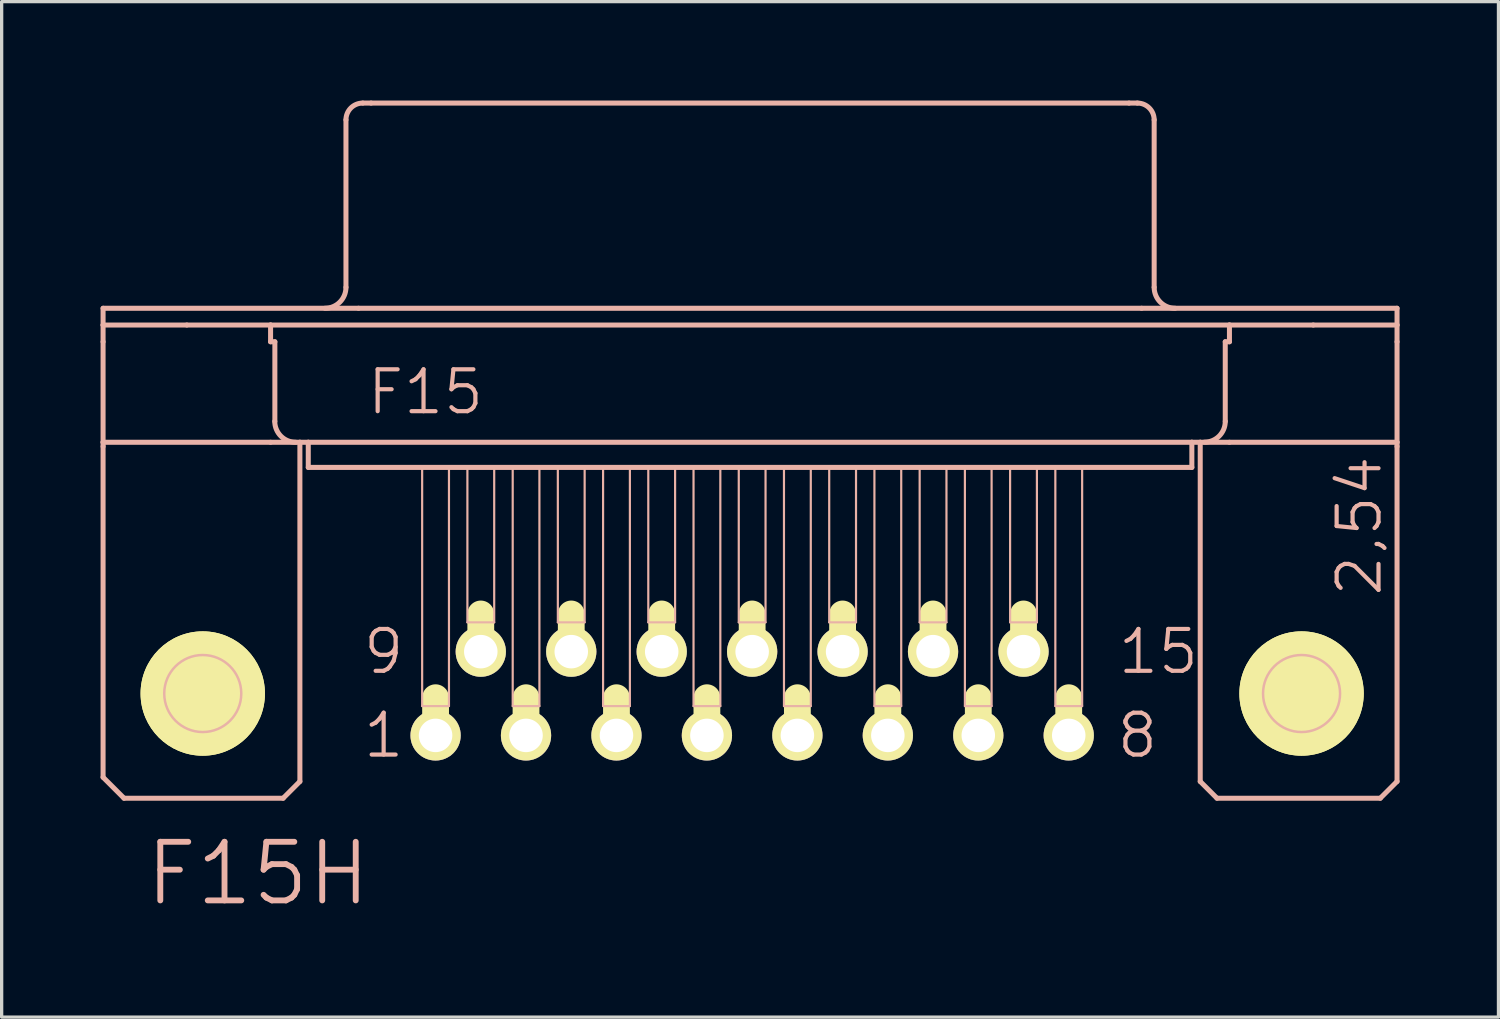
<source format=kicad_pcb>
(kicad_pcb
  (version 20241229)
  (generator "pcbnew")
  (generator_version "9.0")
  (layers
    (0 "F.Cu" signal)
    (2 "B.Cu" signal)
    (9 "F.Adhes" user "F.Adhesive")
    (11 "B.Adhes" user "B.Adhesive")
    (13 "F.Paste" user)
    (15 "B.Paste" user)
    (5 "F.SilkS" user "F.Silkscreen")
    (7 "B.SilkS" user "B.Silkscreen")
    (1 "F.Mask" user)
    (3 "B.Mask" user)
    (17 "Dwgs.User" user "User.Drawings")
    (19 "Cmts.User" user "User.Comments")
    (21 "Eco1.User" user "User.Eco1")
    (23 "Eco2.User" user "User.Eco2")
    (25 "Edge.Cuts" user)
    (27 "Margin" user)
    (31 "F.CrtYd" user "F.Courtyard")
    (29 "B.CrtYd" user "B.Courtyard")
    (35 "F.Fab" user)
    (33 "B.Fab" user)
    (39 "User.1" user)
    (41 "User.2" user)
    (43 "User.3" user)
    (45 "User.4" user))
  (footprint "F15H"
    (layer "F.Cu")
    (at 19.761 17.983)
    (property "Reference" "F15H" (at -14.986 5.461 0) (layer "B.SilkS") (effects (font (size 1.778 1.778) (thickness 0.178))))
    (attr exclude_from_pos_files exclude_from_bom)
    (fp_line (start -18.313 0) (end -15.011 0) (stroke (width 0.127) (type solid)) (layer "F.SilkS"))
    (fp_line (start -16.662 1.651) (end -16.662 -1.651) (stroke (width 0.127) (type solid)) (layer "F.SilkS"))
    (fp_line (start -9.601 1.143) (end -9.601 0.127) (stroke (width 0.813) (type solid)) (layer "F.SilkS"))
    (fp_line (start -8.23 -1.397) (end -8.23 -2.413) (stroke (width 0.813) (type solid)) (layer "F.SilkS"))
    (fp_line (start -6.858 1.143) (end -6.858 0.127) (stroke (width 0.813) (type solid)) (layer "F.SilkS"))
    (fp_line (start -5.486 -1.397) (end -5.486 -2.413) (stroke (width 0.813) (type solid)) (layer "F.SilkS"))
    (fp_line (start -4.115 1.143) (end -4.115 0.127) (stroke (width 0.813) (type solid)) (layer "F.SilkS"))
    (fp_line (start -2.743 -1.397) (end -2.743 -2.413) (stroke (width 0.813) (type solid)) (layer "F.SilkS"))
    (fp_line (start -1.372 1.143) (end -1.372 0.127) (stroke (width 0.813) (type solid)) (layer "F.SilkS"))
    (fp_line (start 0 -1.397) (end 0 -2.413) (stroke (width 0.813) (type solid)) (layer "F.SilkS"))
    (fp_line (start 1.372 1.143) (end 1.372 0.127) (stroke (width 0.813) (type solid)) (layer "F.SilkS"))
    (fp_line (start 2.743 -1.397) (end 2.743 -2.413) (stroke (width 0.813) (type solid)) (layer "F.SilkS"))
    (fp_line (start 4.115 1.143) (end 4.115 0.127) (stroke (width 0.813) (type solid)) (layer "F.SilkS"))
    (fp_line (start 5.486 -1.397) (end 5.486 -2.413) (stroke (width 0.813) (type solid)) (layer "F.SilkS"))
    (fp_line (start 6.858 1.143) (end 6.858 0.127) (stroke (width 0.813) (type solid)) (layer "F.SilkS"))
    (fp_line (start 8.23 -1.397) (end 8.23 -2.413) (stroke (width 0.813) (type solid)) (layer "F.SilkS"))
    (fp_line (start 9.601 1.143) (end 9.601 0.127) (stroke (width 0.813) (type solid)) (layer "F.SilkS"))
    (fp_line (start 15.011 0) (end 18.313 0) (stroke (width 0.127) (type solid)) (layer "F.SilkS"))
    (fp_line (start 16.662 1.651) (end 16.662 -1.651) (stroke (width 0.127) (type solid)) (layer "F.SilkS"))
    (fp_circle (center -16.662 0) (end -17.996 1.333) (stroke (width 0) (type solid)) (fill yes) (layer "F.SilkS"))
    (fp_circle (center -16.662 0) (end -17.996 1.333) (stroke (width 0) (type solid)) (fill yes) (layer "F.SilkS"))
    (fp_circle (center -16.662 0) (end -17.488 0.826) (stroke (width 0.127) (type solid)) (fill no) (layer "F.SilkS"))
    (fp_circle (center 16.662 0) (end 17.488 0.826) (stroke (width 0.127) (type solid)) (fill no) (layer "F.SilkS"))
    (fp_circle (center 16.662 0) (end 17.996 1.333) (stroke (width 0) (type solid)) (fill yes) (layer "F.SilkS"))
    (fp_circle (center 16.662 0) (end 17.996 1.333) (stroke (width 0) (type solid)) (fill yes) (layer "F.SilkS"))
    (fp_line (start -19.685 -11.684) (end -11.938 -11.684) (stroke (width 0.152) (type solid)) (layer "B.SilkS"))
    (fp_line (start -19.685 -11.684) (end 19.558 -11.684) (stroke (width 0.066) (type solid)) (layer "B.SilkS"))
    (fp_line (start -19.685 -11.176) (end -19.685 -11.684) (stroke (width 0.066) (type solid)) (layer "B.SilkS"))
    (fp_line (start -19.685 -11.176) (end -19.685 -11.684) (stroke (width 0.152) (type solid)) (layer "B.SilkS"))
    (fp_line (start -19.685 -11.176) (end -17.145 -11.176) (stroke (width 0.152) (type solid)) (layer "B.SilkS"))
    (fp_line (start -19.685 -11.176) (end 19.558 -11.176) (stroke (width 0.066) (type solid)) (layer "B.SilkS"))
    (fp_line (start -19.685 -10.668) (end -19.685 -11.176) (stroke (width 0.152) (type solid)) (layer "B.SilkS"))
    (fp_line (start -19.685 -7.62) (end -19.685 -10.668) (stroke (width 0.152) (type solid)) (layer "B.SilkS"))
    (fp_line (start -19.685 -7.62) (end -19.685 -7.493) (stroke (width 0.152) (type solid)) (layer "B.SilkS"))
    (fp_line (start -19.685 -7.62) (end -14.605 -7.62) (stroke (width 0.152) (type solid)) (layer "B.SilkS"))
    (fp_line (start -19.685 2.54) (end -19.685 -7.493) (stroke (width 0.152) (type solid)) (layer "B.SilkS"))
    (fp_line (start -19.05 3.175) (end -19.685 2.54) (stroke (width 0.152) (type solid)) (layer "B.SilkS"))
    (fp_line (start -17.145 -11.176) (end -14.605 -11.176) (stroke (width 0.152) (type solid)) (layer "B.SilkS"))
    (fp_line (start -14.605 -11.176) (end 14.475 -11.176) (stroke (width 0.152) (type solid)) (layer "B.SilkS"))
    (fp_line (start -14.605 -10.668) (end -14.605 -11.176) (stroke (width 0.152) (type solid)) (layer "B.SilkS"))
    (fp_line (start -14.605 -10.668) (end -14.475 -10.668) (stroke (width 0.152) (type solid)) (layer "B.SilkS"))
    (fp_line (start -14.605 -7.62) (end -13.716 -7.62) (stroke (width 0.152) (type solid)) (layer "B.SilkS"))
    (fp_line (start -14.475 -8.255) (end -14.475 -10.668) (stroke (width 0.152) (type solid)) (layer "B.SilkS"))
    (fp_line (start -14.224 3.175) (end -19.05 3.175) (stroke (width 0.152) (type solid)) (layer "B.SilkS"))
    (fp_line (start -14.224 3.175) (end -13.716 2.667) (stroke (width 0.152) (type solid)) (layer "B.SilkS"))
    (fp_line (start -13.716 -7.62) (end -13.462 -7.62) (stroke (width 0.152) (type solid)) (layer "B.SilkS"))
    (fp_line (start -13.716 2.667) (end -13.716 -7.62) (stroke (width 0.152) (type solid)) (layer "B.SilkS"))
    (fp_line (start -13.462 -7.62) (end -13.462 -6.858) (stroke (width 0.152) (type solid)) (layer "B.SilkS"))
    (fp_line (start -13.462 -7.62) (end 13.335 -7.62) (stroke (width 0.066) (type solid)) (layer "B.SilkS"))
    (fp_line (start -13.462 -7.62) (end 13.335 -7.62) (stroke (width 0.152) (type solid)) (layer "B.SilkS"))
    (fp_line (start -13.462 -6.858) (end -13.462 -7.62) (stroke (width 0.066) (type solid)) (layer "B.SilkS"))
    (fp_line (start -13.462 -6.858) (end 13.335 -6.858) (stroke (width 0.066) (type solid)) (layer "B.SilkS"))
    (fp_line (start -13.462 -6.858) (end 13.335 -6.858) (stroke (width 0.152) (type solid)) (layer "B.SilkS"))
    (fp_line (start -12.319 -12.319) (end -12.319 -17.399) (stroke (width 0.152) (type solid)) (layer "B.SilkS"))
    (fp_line (start -11.938 -11.684) (end 11.811 -11.684) (stroke (width 0.152) (type solid)) (layer "B.SilkS"))
    (fp_line (start -11.811 -17.907) (end -11.557 -17.907) (stroke (width 0.152) (type solid)) (layer "B.SilkS"))
    (fp_line (start -11.557 -17.907) (end 11.43 -17.907) (stroke (width 0.152) (type solid)) (layer "B.SilkS"))
    (fp_line (start -10.008 -6.858) (end -9.195 -6.858) (stroke (width 0.066) (type solid)) (layer "B.SilkS"))
    (fp_line (start -10.008 0.381) (end -10.008 -6.858) (stroke (width 0.066) (type solid)) (layer "B.SilkS"))
    (fp_line (start -10.008 0.381) (end -9.195 0.381) (stroke (width 0.066) (type solid)) (layer "B.SilkS"))
    (fp_line (start -9.195 0.381) (end -9.195 -6.858) (stroke (width 0.066) (type solid)) (layer "B.SilkS"))
    (fp_line (start -8.636 -6.858) (end -7.823 -6.858) (stroke (width 0.066) (type solid)) (layer "B.SilkS"))
    (fp_line (start -8.636 -2.159) (end -8.636 -6.858) (stroke (width 0.066) (type solid)) (layer "B.SilkS"))
    (fp_line (start -8.636 -2.159) (end -7.823 -2.159) (stroke (width 0.066) (type solid)) (layer "B.SilkS"))
    (fp_line (start -7.823 -2.159) (end -7.823 -6.858) (stroke (width 0.066) (type solid)) (layer "B.SilkS"))
    (fp_line (start -7.262 -6.858) (end -6.452 -6.858) (stroke (width 0.066) (type solid)) (layer "B.SilkS"))
    (fp_line (start -7.262 0.381) (end -7.262 -6.858) (stroke (width 0.066) (type solid)) (layer "B.SilkS"))
    (fp_line (start -7.262 0.381) (end -6.452 0.381) (stroke (width 0.066) (type solid)) (layer "B.SilkS"))
    (fp_line (start -6.452 0.381) (end -6.452 -6.858) (stroke (width 0.066) (type solid)) (layer "B.SilkS"))
    (fp_line (start -5.893 -6.858) (end -5.08 -6.858) (stroke (width 0.066) (type solid)) (layer "B.SilkS"))
    (fp_line (start -5.893 -2.159) (end -5.893 -6.858) (stroke (width 0.066) (type solid)) (layer "B.SilkS"))
    (fp_line (start -5.893 -2.159) (end -5.08 -2.159) (stroke (width 0.066) (type solid)) (layer "B.SilkS"))
    (fp_line (start -5.08 -2.159) (end -5.08 -6.858) (stroke (width 0.066) (type solid)) (layer "B.SilkS"))
    (fp_line (start -4.521 -6.858) (end -3.708 -6.858) (stroke (width 0.066) (type solid)) (layer "B.SilkS"))
    (fp_line (start -4.521 0.381) (end -4.521 -6.858) (stroke (width 0.066) (type solid)) (layer "B.SilkS"))
    (fp_line (start -4.521 0.381) (end -3.708 0.381) (stroke (width 0.066) (type solid)) (layer "B.SilkS"))
    (fp_line (start -3.708 0.381) (end -3.708 -6.858) (stroke (width 0.066) (type solid)) (layer "B.SilkS"))
    (fp_line (start -3.15 -6.858) (end -2.337 -6.858) (stroke (width 0.066) (type solid)) (layer "B.SilkS"))
    (fp_line (start -3.15 -2.159) (end -3.15 -6.858) (stroke (width 0.066) (type solid)) (layer "B.SilkS"))
    (fp_line (start -3.15 -2.159) (end -2.337 -2.159) (stroke (width 0.066) (type solid)) (layer "B.SilkS"))
    (fp_line (start -2.337 -2.159) (end -2.337 -6.858) (stroke (width 0.066) (type solid)) (layer "B.SilkS"))
    (fp_line (start -1.778 -6.858) (end -0.965 -6.858) (stroke (width 0.066) (type solid)) (layer "B.SilkS"))
    (fp_line (start -1.778 0.381) (end -1.778 -6.858) (stroke (width 0.066) (type solid)) (layer "B.SilkS"))
    (fp_line (start -1.778 0.381) (end -0.965 0.381) (stroke (width 0.066) (type solid)) (layer "B.SilkS"))
    (fp_line (start -0.965 0.381) (end -0.965 -6.858) (stroke (width 0.066) (type solid)) (layer "B.SilkS"))
    (fp_line (start -0.406 -6.858) (end 0.406 -6.858) (stroke (width 0.066) (type solid)) (layer "B.SilkS"))
    (fp_line (start -0.406 -2.159) (end -0.406 -6.858) (stroke (width 0.066) (type solid)) (layer "B.SilkS"))
    (fp_line (start -0.406 -2.159) (end 0.406 -2.159) (stroke (width 0.066) (type solid)) (layer "B.SilkS"))
    (fp_line (start 0.406 -2.159) (end 0.406 -6.858) (stroke (width 0.066) (type solid)) (layer "B.SilkS"))
    (fp_line (start 0.965 -6.858) (end 1.778 -6.858) (stroke (width 0.066) (type solid)) (layer "B.SilkS"))
    (fp_line (start 0.965 0.381) (end 0.965 -6.858) (stroke (width 0.066) (type solid)) (layer "B.SilkS"))
    (fp_line (start 0.965 0.381) (end 1.778 0.381) (stroke (width 0.066) (type solid)) (layer "B.SilkS"))
    (fp_line (start 1.778 0.381) (end 1.778 -6.858) (stroke (width 0.066) (type solid)) (layer "B.SilkS"))
    (fp_line (start 2.337 -6.858) (end 3.15 -6.858) (stroke (width 0.066) (type solid)) (layer "B.SilkS"))
    (fp_line (start 2.337 -2.159) (end 2.337 -6.858) (stroke (width 0.066) (type solid)) (layer "B.SilkS"))
    (fp_line (start 2.337 -2.159) (end 3.15 -2.159) (stroke (width 0.066) (type solid)) (layer "B.SilkS"))
    (fp_line (start 3.15 -2.159) (end 3.15 -6.858) (stroke (width 0.066) (type solid)) (layer "B.SilkS"))
    (fp_line (start 3.708 -6.858) (end 4.521 -6.858) (stroke (width 0.066) (type solid)) (layer "B.SilkS"))
    (fp_line (start 3.708 0.381) (end 3.708 -6.858) (stroke (width 0.066) (type solid)) (layer "B.SilkS"))
    (fp_line (start 3.708 0.381) (end 4.521 0.381) (stroke (width 0.066) (type solid)) (layer "B.SilkS"))
    (fp_line (start 4.521 0.381) (end 4.521 -6.858) (stroke (width 0.066) (type solid)) (layer "B.SilkS"))
    (fp_line (start 5.08 -6.858) (end 5.893 -6.858) (stroke (width 0.066) (type solid)) (layer "B.SilkS"))
    (fp_line (start 5.08 -2.159) (end 5.08 -6.858) (stroke (width 0.066) (type solid)) (layer "B.SilkS"))
    (fp_line (start 5.08 -2.159) (end 5.893 -2.159) (stroke (width 0.066) (type solid)) (layer "B.SilkS"))
    (fp_line (start 5.893 -2.159) (end 5.893 -6.858) (stroke (width 0.066) (type solid)) (layer "B.SilkS"))
    (fp_line (start 6.452 -6.858) (end 7.262 -6.858) (stroke (width 0.066) (type solid)) (layer "B.SilkS"))
    (fp_line (start 6.452 0.381) (end 6.452 -6.858) (stroke (width 0.066) (type solid)) (layer "B.SilkS"))
    (fp_line (start 6.452 0.381) (end 7.262 0.381) (stroke (width 0.066) (type solid)) (layer "B.SilkS"))
    (fp_line (start 7.262 0.381) (end 7.262 -6.858) (stroke (width 0.066) (type solid)) (layer "B.SilkS"))
    (fp_line (start 7.823 -6.858) (end 8.636 -6.858) (stroke (width 0.066) (type solid)) (layer "B.SilkS"))
    (fp_line (start 7.823 -2.159) (end 7.823 -6.858) (stroke (width 0.066) (type solid)) (layer "B.SilkS"))
    (fp_line (start 7.823 -2.159) (end 8.636 -2.159) (stroke (width 0.066) (type solid)) (layer "B.SilkS"))
    (fp_line (start 8.636 -2.159) (end 8.636 -6.858) (stroke (width 0.066) (type solid)) (layer "B.SilkS"))
    (fp_line (start 9.195 -6.858) (end 10.008 -6.858) (stroke (width 0.066) (type solid)) (layer "B.SilkS"))
    (fp_line (start 9.195 0.381) (end 9.195 -6.858) (stroke (width 0.066) (type solid)) (layer "B.SilkS"))
    (fp_line (start 9.195 0.381) (end 10.008 0.381) (stroke (width 0.066) (type solid)) (layer "B.SilkS"))
    (fp_line (start 10.008 0.381) (end 10.008 -6.858) (stroke (width 0.066) (type solid)) (layer "B.SilkS"))
    (fp_line (start 11.43 -17.907) (end 11.684 -17.907) (stroke (width 0.152) (type solid)) (layer "B.SilkS"))
    (fp_line (start 11.811 -11.684) (end 19.558 -11.684) (stroke (width 0.152) (type solid)) (layer "B.SilkS"))
    (fp_line (start 12.192 -12.319) (end 12.192 -17.399) (stroke (width 0.152) (type solid)) (layer "B.SilkS"))
    (fp_line (start 13.335 -7.62) (end 13.335 -6.858) (stroke (width 0.152) (type solid)) (layer "B.SilkS"))
    (fp_line (start 13.335 -7.62) (end 13.589 -7.62) (stroke (width 0.152) (type solid)) (layer "B.SilkS"))
    (fp_line (start 13.335 -6.858) (end 13.335 -7.62) (stroke (width 0.066) (type solid)) (layer "B.SilkS"))
    (fp_line (start 13.589 -7.62) (end 14.475 -7.62) (stroke (width 0.152) (type solid)) (layer "B.SilkS"))
    (fp_line (start 13.589 2.667) (end 13.589 -7.62) (stroke (width 0.152) (type solid)) (layer "B.SilkS"))
    (fp_line (start 13.589 2.667) (end 14.097 3.175) (stroke (width 0.152) (type solid)) (layer "B.SilkS"))
    (fp_line (start 14.097 3.175) (end 19.05 3.175) (stroke (width 0.152) (type solid)) (layer "B.SilkS"))
    (fp_line (start 14.348 -10.668) (end 14.475 -10.668) (stroke (width 0.152) (type solid)) (layer "B.SilkS"))
    (fp_line (start 14.348 -8.255) (end 14.348 -10.668) (stroke (width 0.152) (type solid)) (layer "B.SilkS"))
    (fp_line (start 14.475 -11.176) (end 17.018 -11.176) (stroke (width 0.152) (type solid)) (layer "B.SilkS"))
    (fp_line (start 14.475 -10.668) (end 14.475 -11.176) (stroke (width 0.152) (type solid)) (layer "B.SilkS"))
    (fp_line (start 14.475 -7.62) (end 19.558 -7.62) (stroke (width 0.152) (type solid)) (layer "B.SilkS"))
    (fp_line (start 17.018 -11.176) (end 19.558 -11.176) (stroke (width 0.152) (type solid)) (layer "B.SilkS"))
    (fp_line (start 19.05 3.175) (end 19.558 2.667) (stroke (width 0.152) (type solid)) (layer "B.SilkS"))
    (fp_line (start 19.558 -11.684) (end 19.558 -11.176) (stroke (width 0.152) (type solid)) (layer "B.SilkS"))
    (fp_line (start 19.558 -11.176) (end 19.558 -11.684) (stroke (width 0.066) (type solid)) (layer "B.SilkS"))
    (fp_line (start 19.558 -11.176) (end 19.558 -10.668) (stroke (width 0.152) (type solid)) (layer "B.SilkS"))
    (fp_line (start 19.558 -10.668) (end 19.558 -7.62) (stroke (width 0.152) (type solid)) (layer "B.SilkS"))
    (fp_line (start 19.558 -7.62) (end 19.558 -7.493) (stroke (width 0.152) (type solid)) (layer "B.SilkS"))
    (fp_line (start 19.558 2.667) (end 19.558 -7.493) (stroke (width 0.152) (type solid)) (layer "B.SilkS"))
    (fp_arc (start -13.843 -7.62) (mid -14.292013 -7.805987) (end -14.478 -8.255) (stroke (width 0.1524) (type solid)) (layer "B.SilkS"))
    (fp_arc (start -12.319 -17.399) (mid -12.17021 -17.75821) (end -11.811 -17.907) (stroke (width 0.1524) (type solid)) (layer "B.SilkS"))
    (fp_arc (start -12.319 -12.319) (mid -12.504987 -11.869987) (end -12.954 -11.684) (stroke (width 0.1524) (type solid)) (layer "B.SilkS"))
    (fp_arc (start 11.684 -17.907) (mid 12.04321 -17.75821) (end 12.192 -17.399) (stroke (width 0.1524) (type solid)) (layer "B.SilkS"))
    (fp_arc (start 12.827 -11.684) (mid 12.377987 -11.869987) (end 12.192 -12.319) (stroke (width 0.1524) (type solid)) (layer "B.SilkS"))
    (fp_arc (start 14.34846 -8.255) (mid 14.163217 -7.807783) (end 13.716 -7.62254) (stroke (width 0.1524) (type solid)) (layer "B.SilkS"))
    (fp_circle (center -16.662 0) (end -17.488 0.826) (stroke (width 0.076) (type solid)) (fill no) (layer "B.SilkS"))
    (fp_circle (center 16.662 0) (end 17.488 0.826) (stroke (width 0.076) (type solid)) (fill no) (layer "B.SilkS"))
    (fp_text user "15" (at 12.319 -1.27 0) (layer "B.SilkS") (effects (font (size 1.27 1.27) (thickness 0.127))))
    (fp_text user "2,54" (at 18.415 -5.08 90) (layer "B.SilkS") (effects (font (size 1.27 1.27) (thickness 0.127))))
    (fp_text user "F15" (at -9.906 -9.144 0) (layer "B.SilkS") (effects (font (size 1.27 1.27) (thickness 0.127))))
    (fp_text user "1" (at -11.176 1.27 0) (layer "B.SilkS") (effects (font (size 1.27 1.27) (thickness 0.127))))
    (fp_text user "9" (at -11.176 -1.27 0) (layer "B.SilkS") (effects (font (size 1.27 1.27) (thickness 0.127))))
    (fp_text user "8" (at 11.684 1.27 0) (layer "B.SilkS") (effects (font (size 1.27 1.27) (thickness 0.127))))
    (pad "1" thru_hole circle (at -9.601 1.27) (size 1.524 1.524) (drill 1.016) (layers "*.Cu" "F.Mask" "F.SilkS" "F.Paste"))
    (pad "2" thru_hole circle (at -6.858 1.27) (size 1.524 1.524) (drill 1.016) (layers "*.Cu" "F.Mask" "F.SilkS" "F.Paste"))
    (pad "3" thru_hole circle (at -4.115 1.27) (size 1.524 1.524) (drill 1.016) (layers "*.Cu" "F.Mask" "F.SilkS" "F.Paste"))
    (pad "4" thru_hole circle (at -1.372 1.27) (size 1.524 1.524) (drill 1.016) (layers "*.Cu" "F.Mask" "F.SilkS" "F.Paste"))
    (pad "5" thru_hole circle (at 1.372 1.27) (size 1.524 1.524) (drill 1.016) (layers "*.Cu" "F.Mask" "F.SilkS" "F.Paste"))
    (pad "6" thru_hole circle (at 4.115 1.27) (size 1.524 1.524) (drill 1.016) (layers "*.Cu" "F.Mask" "F.SilkS" "F.Paste"))
    (pad "7" thru_hole circle (at 6.858 1.27) (size 1.524 1.524) (drill 1.016) (layers "*.Cu" "F.Mask" "F.SilkS" "F.Paste"))
    (pad "8" thru_hole circle (at 9.601 1.27) (size 1.524 1.524) (drill 1.016) (layers "*.Cu" "F.Mask" "F.SilkS" "F.Paste"))
    (pad "9" thru_hole circle (at -8.23 -1.27) (size 1.524 1.524) (drill 1.016) (layers "*.Cu" "F.Mask" "F.SilkS" "F.Paste"))
    (pad "10" thru_hole circle (at -5.486 -1.27) (size 1.524 1.524) (drill 1.016) (layers "*.Cu" "F.Mask" "F.SilkS" "F.Paste"))
    (pad "11" thru_hole circle (at -2.743 -1.27) (size 1.524 1.524) (drill 1.016) (layers "*.Cu" "F.Mask" "F.SilkS" "F.Paste"))
    (pad "12" thru_hole circle (at 0 -1.27) (size 1.524 1.524) (drill 1.016) (layers "*.Cu" "F.Mask" "F.SilkS" "F.Paste"))
    (pad "13" thru_hole circle (at 2.743 -1.27) (size 1.524 1.524) (drill 1.016) (layers "*.Cu" "F.Mask" "F.SilkS" "F.Paste"))
    (pad "14" thru_hole circle (at 5.486 -1.27) (size 1.524 1.524) (drill 1.016) (layers "*.Cu" "F.Mask" "F.SilkS" "F.Paste"))
    (pad "15" thru_hole circle (at 8.23 -1.27) (size 1.524 1.524) (drill 1.016) (layers "*.Cu" "F.Mask" "F.SilkS" "F.Paste")))
  (gr_rect
    (start -3 -3)
    (end 42.395 27.796)
    (stroke (width 0.1) (type default))
    (fill no)
    (layer "Edge.Cuts")))
</source>
